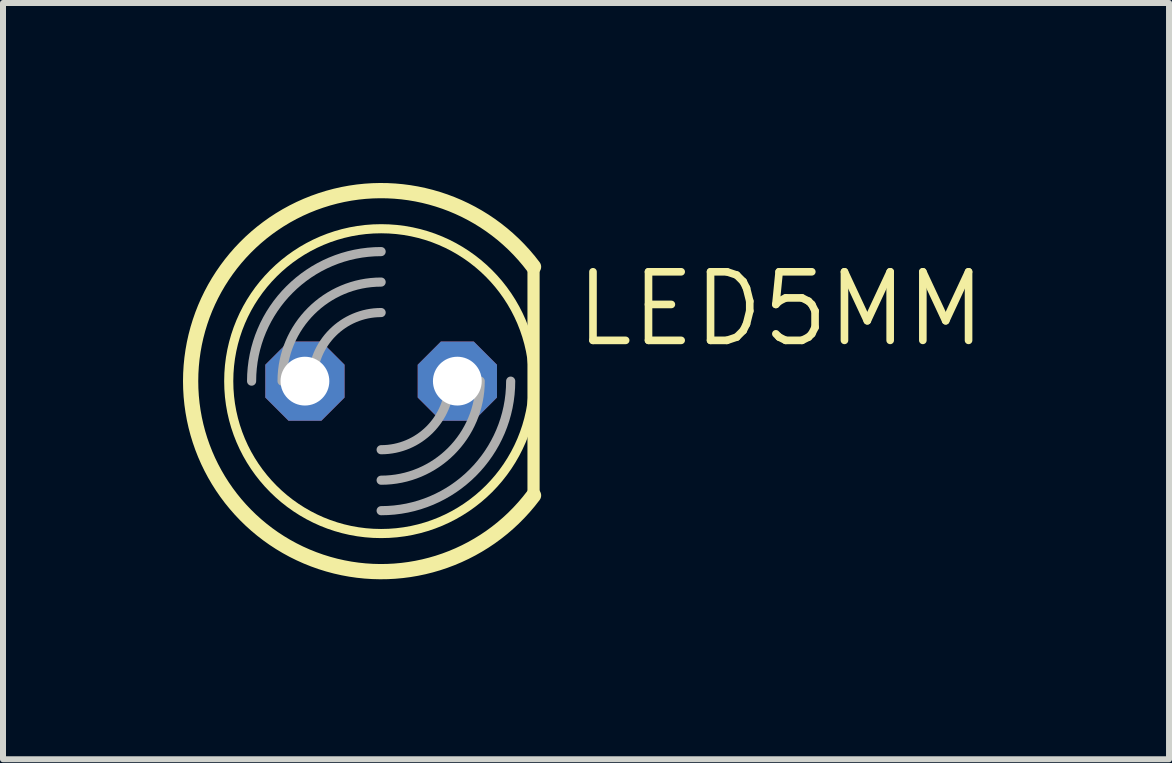
<source format=kicad_pcb>
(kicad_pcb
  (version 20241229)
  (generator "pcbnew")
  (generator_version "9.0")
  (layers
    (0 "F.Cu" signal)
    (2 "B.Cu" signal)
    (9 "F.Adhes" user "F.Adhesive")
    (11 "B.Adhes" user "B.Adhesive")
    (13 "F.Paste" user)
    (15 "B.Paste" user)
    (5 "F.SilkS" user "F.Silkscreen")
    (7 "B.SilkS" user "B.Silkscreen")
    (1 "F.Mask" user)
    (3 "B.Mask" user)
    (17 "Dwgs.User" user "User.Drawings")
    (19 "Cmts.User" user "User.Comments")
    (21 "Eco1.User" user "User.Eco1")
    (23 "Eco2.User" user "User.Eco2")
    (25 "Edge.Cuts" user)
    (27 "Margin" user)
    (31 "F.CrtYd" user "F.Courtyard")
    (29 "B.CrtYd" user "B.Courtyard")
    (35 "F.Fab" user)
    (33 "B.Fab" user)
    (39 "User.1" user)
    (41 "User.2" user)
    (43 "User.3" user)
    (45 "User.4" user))
  (footprint "LED5MM"
    (layer "F.Cu")
    (at 3.302 3.302)
    (property "Reference" "LED5MM" (at 3.175 -0.533 0) (layer "F.SilkS") (effects (font (size 1.143 1.143) (thickness 0.127)) (justify left bottom)))
    (fp_line (start 2.54 1.905) (end 2.54 -1.905) (stroke (width 0.203) (type solid)) (layer "F.SilkS"))
    (fp_arc (start 2.54 1.905) (mid -3.175 0) (end 2.54 -1.905) (stroke (width 0.254) (type solid)) (layer "F.SilkS"))
    (fp_circle (center 0 0) (end 2.54 0) (stroke (width 0.152) (type solid)) (fill no) (layer "F.SilkS"))
    (fp_arc (start -2.159 0) (mid -1.526644 -1.526644) (end 0 -2.159) (stroke (width 0.1524) (type solid)) (layer "F.Fab"))
    (fp_arc (start -1.651 0) (mid -1.167433 -1.167433) (end 0 -1.651) (stroke (width 0.1524) (type solid)) (layer "F.Fab"))
    (fp_arc (start -1.143 0) (mid -0.808223 -0.808223) (end 0 -1.143) (stroke (width 0.1524) (type solid)) (layer "F.Fab"))
    (fp_arc (start 1.143 0) (mid 0.808223 0.808223) (end 0 1.143) (stroke (width 0.1524) (type solid)) (layer "F.Fab"))
    (fp_arc (start 1.651 0) (mid 1.167433 1.167433) (end 0 1.651) (stroke (width 0.1524) (type solid)) (layer "F.Fab"))
    (fp_arc (start 2.159 0) (mid 1.526644 1.526644) (end 0 2.159) (stroke (width 0.1524) (type solid)) (layer "F.Fab"))
    (pad "A" thru_hole roundrect (at -1.27 0) (size 1.321 1.321) (drill 0.813) (layers "*.Cu" "*.Mask") (roundrect_rratio 0.25) (chamfer_ratio 0.293) (chamfer top_left top_right bottom_left bottom_right))
    (pad "K" thru_hole roundrect (at 1.27 0) (size 1.321 1.321) (drill 0.813) (layers "*.Cu" "*.Mask") (roundrect_rratio 0.25) (chamfer_ratio 0.293) (chamfer top_left top_right bottom_left bottom_right)))
  (gr_rect
    (start -3 -3)
    (end 16.433 9.604)
    (stroke (width 0.1) (type default))
    (fill no)
    (layer "Edge.Cuts")))
</source>
